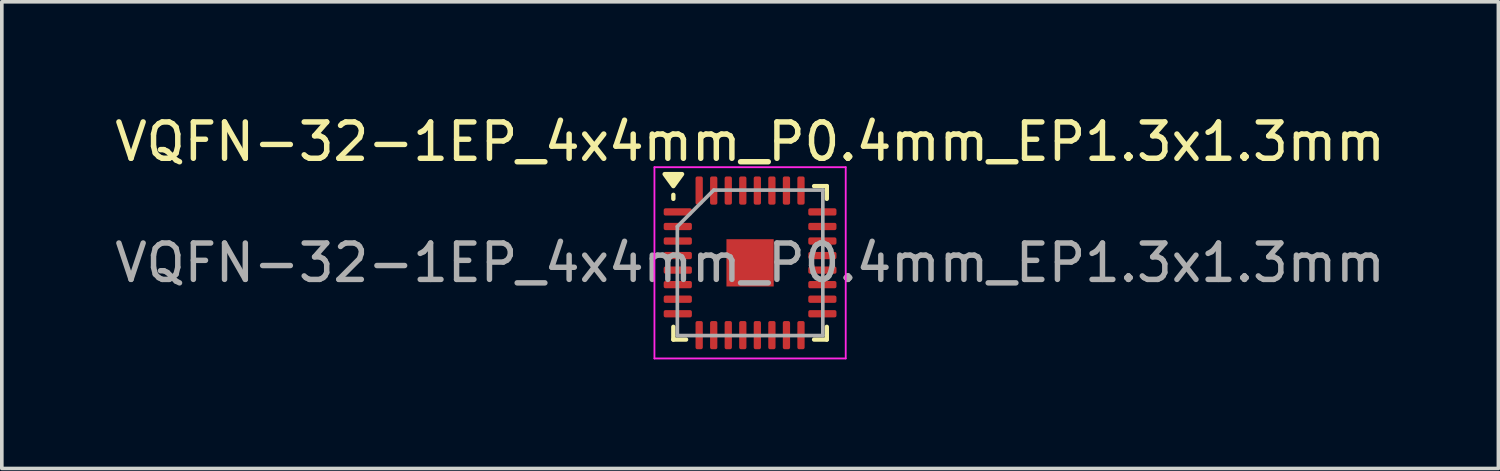
<source format=kicad_pcb>
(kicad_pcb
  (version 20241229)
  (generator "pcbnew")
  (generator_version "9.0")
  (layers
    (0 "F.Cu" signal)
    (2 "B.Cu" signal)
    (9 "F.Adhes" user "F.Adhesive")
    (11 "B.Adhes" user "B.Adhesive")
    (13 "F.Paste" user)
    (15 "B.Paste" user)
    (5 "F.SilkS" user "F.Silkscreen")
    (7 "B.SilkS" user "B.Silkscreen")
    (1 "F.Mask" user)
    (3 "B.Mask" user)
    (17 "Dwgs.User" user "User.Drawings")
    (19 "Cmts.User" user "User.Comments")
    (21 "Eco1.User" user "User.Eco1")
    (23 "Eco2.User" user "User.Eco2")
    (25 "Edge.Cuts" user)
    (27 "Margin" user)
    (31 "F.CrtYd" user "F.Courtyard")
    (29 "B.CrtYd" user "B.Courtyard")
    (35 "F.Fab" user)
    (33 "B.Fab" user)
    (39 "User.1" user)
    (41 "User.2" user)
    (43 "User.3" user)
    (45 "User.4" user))
  (footprint "VQFN-32-1EP_4x4mm_P0.4mm_EP1.3x1.3mm"
    (layer "F.Cu")
    (at 17.577 4.178)
    (property "Reference" "VQFN-32-1EP_4x4mm_P0.4mm_EP1.3x1.3mm" (at 0 -3.33 0) (layer "F.SilkS") (effects (font (size 1 1) (thickness 0.15))))
    (attr smd)
    (fp_line (start -2.11 -1.76) (end -2.11 -1.87) (stroke (width 0.12) (type solid)) (layer "F.SilkS"))
    (fp_line (start -2.11 2.11) (end -2.11 1.76) (stroke (width 0.12) (type solid)) (layer "F.SilkS"))
    (fp_line (start -1.76 2.11) (end -2.11 2.11) (stroke (width 0.12) (type solid)) (layer "F.SilkS"))
    (fp_line (start 1.76 -2.11) (end 2.11 -2.11) (stroke (width 0.12) (type solid)) (layer "F.SilkS"))
    (fp_line (start 1.76 2.11) (end 2.11 2.11) (stroke (width 0.12) (type solid)) (layer "F.SilkS"))
    (fp_line (start 2.11 -2.11) (end 2.11 -1.76) (stroke (width 0.12) (type solid)) (layer "F.SilkS"))
    (fp_line (start 2.11 2.11) (end 2.11 1.76) (stroke (width 0.12) (type solid)) (layer "F.SilkS"))
    (fp_poly (pts (xy -2.11 -2.11) (xy -2.35 -2.44) (xy -1.87 -2.44) (xy -2.11 -2.11)) (stroke (width 0.12) (type solid)) (fill yes) (layer "F.SilkS"))
    (fp_line (start -2.63 -2.63) (end -2.63 2.63) (stroke (width 0.05) (type solid)) (layer "F.CrtYd"))
    (fp_line (start -2.63 2.63) (end 2.63 2.63) (stroke (width 0.05) (type solid)) (layer "F.CrtYd"))
    (fp_line (start 2.63 -2.63) (end -2.63 -2.63) (stroke (width 0.05) (type solid)) (layer "F.CrtYd"))
    (fp_line (start 2.63 2.63) (end 2.63 -2.63) (stroke (width 0.05) (type solid)) (layer "F.CrtYd"))
    (fp_line (start -2 -1) (end -1 -2) (stroke (width 0.1) (type solid)) (layer "F.Fab"))
    (fp_line (start -2 2) (end -2 -1) (stroke (width 0.1) (type solid)) (layer "F.Fab"))
    (fp_line (start -1 -2) (end 2 -2) (stroke (width 0.1) (type solid)) (layer "F.Fab"))
    (fp_line (start 2 -2) (end 2 2) (stroke (width 0.1) (type solid)) (layer "F.Fab"))
    (fp_line (start 2 2) (end -2 2) (stroke (width 0.1) (type solid)) (layer "F.Fab"))
    (fp_text user "${REFERENCE}" (at 0 0 0) (layer "F.Fab") (effects (font (size 1 1) (thickness 0.15))))
    (pad "" smd roundrect (at 0 0) (size 1.13 1.13) (layers "F.Paste") (roundrect_rratio 0.221))
    (pad "1" smd roundrect (at -1.988 -1.4) (size 0.775 0.2) (layers "F.Cu" "F.Mask" "F.Paste") (roundrect_rratio 0.25))
    (pad "2" smd roundrect (at -1.988 -1) (size 0.775 0.2) (layers "F.Cu" "F.Mask" "F.Paste") (roundrect_rratio 0.25))
    (pad "3" smd roundrect (at -1.988 -0.6) (size 0.775 0.2) (layers "F.Cu" "F.Mask" "F.Paste") (roundrect_rratio 0.25))
    (pad "4" smd roundrect (at -1.988 -0.2) (size 0.775 0.2) (layers "F.Cu" "F.Mask" "F.Paste") (roundrect_rratio 0.25))
    (pad "5" smd roundrect (at -1.988 0.2) (size 0.775 0.2) (layers "F.Cu" "F.Mask" "F.Paste") (roundrect_rratio 0.25))
    (pad "6" smd roundrect (at -1.988 0.6) (size 0.775 0.2) (layers "F.Cu" "F.Mask" "F.Paste") (roundrect_rratio 0.25))
    (pad "7" smd roundrect (at -1.988 1) (size 0.775 0.2) (layers "F.Cu" "F.Mask" "F.Paste") (roundrect_rratio 0.25))
    (pad "8" smd roundrect (at -1.988 1.4) (size 0.775 0.2) (layers "F.Cu" "F.Mask" "F.Paste") (roundrect_rratio 0.25))
    (pad "9" smd roundrect (at -1.4 1.988) (size 0.2 0.775) (layers "F.Cu" "F.Mask" "F.Paste") (roundrect_rratio 0.25))
    (pad "10" smd roundrect (at -1 1.988) (size 0.2 0.775) (layers "F.Cu" "F.Mask" "F.Paste") (roundrect_rratio 0.25))
    (pad "11" smd roundrect (at -0.6 1.988) (size 0.2 0.775) (layers "F.Cu" "F.Mask" "F.Paste") (roundrect_rratio 0.25))
    (pad "12" smd roundrect (at -0.2 1.988) (size 0.2 0.775) (layers "F.Cu" "F.Mask" "F.Paste") (roundrect_rratio 0.25))
    (pad "13" smd roundrect (at 0.2 1.988) (size 0.2 0.775) (layers "F.Cu" "F.Mask" "F.Paste") (roundrect_rratio 0.25))
    (pad "14" smd roundrect (at 0.6 1.988) (size 0.2 0.775) (layers "F.Cu" "F.Mask" "F.Paste") (roundrect_rratio 0.25))
    (pad "15" smd roundrect (at 1 1.988) (size 0.2 0.775) (layers "F.Cu" "F.Mask" "F.Paste") (roundrect_rratio 0.25))
    (pad "16" smd roundrect (at 1.4 1.988) (size 0.2 0.775) (layers "F.Cu" "F.Mask" "F.Paste") (roundrect_rratio 0.25))
    (pad "17" smd roundrect (at 1.988 1.4) (size 0.775 0.2) (layers "F.Cu" "F.Mask" "F.Paste") (roundrect_rratio 0.25))
    (pad "18" smd roundrect (at 1.988 1) (size 0.775 0.2) (layers "F.Cu" "F.Mask" "F.Paste") (roundrect_rratio 0.25))
    (pad "19" smd roundrect (at 1.988 0.6) (size 0.775 0.2) (layers "F.Cu" "F.Mask" "F.Paste") (roundrect_rratio 0.25))
    (pad "20" smd roundrect (at 1.988 0.2) (size 0.775 0.2) (layers "F.Cu" "F.Mask" "F.Paste") (roundrect_rratio 0.25))
    (pad "21" smd roundrect (at 1.988 -0.2) (size 0.775 0.2) (layers "F.Cu" "F.Mask" "F.Paste") (roundrect_rratio 0.25))
    (pad "22" smd roundrect (at 1.988 -0.6) (size 0.775 0.2) (layers "F.Cu" "F.Mask" "F.Paste") (roundrect_rratio 0.25))
    (pad "23" smd roundrect (at 1.988 -1) (size 0.775 0.2) (layers "F.Cu" "F.Mask" "F.Paste") (roundrect_rratio 0.25))
    (pad "24" smd roundrect (at 1.988 -1.4) (size 0.775 0.2) (layers "F.Cu" "F.Mask" "F.Paste") (roundrect_rratio 0.25))
    (pad "25" smd roundrect (at 1.4 -1.988) (size 0.2 0.775) (layers "F.Cu" "F.Mask" "F.Paste") (roundrect_rratio 0.25))
    (pad "26" smd roundrect (at 1 -1.988) (size 0.2 0.775) (layers "F.Cu" "F.Mask" "F.Paste") (roundrect_rratio 0.25))
    (pad "27" smd roundrect (at 0.6 -1.988) (size 0.2 0.775) (layers "F.Cu" "F.Mask" "F.Paste") (roundrect_rratio 0.25))
    (pad "28" smd roundrect (at 0.2 -1.988) (size 0.2 0.775) (layers "F.Cu" "F.Mask" "F.Paste") (roundrect_rratio 0.25))
    (pad "29" smd roundrect (at -0.2 -1.988) (size 0.2 0.775) (layers "F.Cu" "F.Mask" "F.Paste") (roundrect_rratio 0.25))
    (pad "30" smd roundrect (at -0.6 -1.988) (size 0.2 0.775) (layers "F.Cu" "F.Mask" "F.Paste") (roundrect_rratio 0.25))
    (pad "31" smd roundrect (at -1 -1.988) (size 0.2 0.775) (layers "F.Cu" "F.Mask" "F.Paste") (roundrect_rratio 0.25))
    (pad "32" smd roundrect (at -1.4 -1.988) (size 0.2 0.775) (layers "F.Cu" "F.Mask" "F.Paste") (roundrect_rratio 0.25))
    (pad "33" smd rect (at 0 0) (size 1.3 1.3) (property pad_prop_heatsink) (layers "F.Cu" "F.Mask")))
  (gr_rect
    (start -3 -3)
    (end 38.155 9.833)
    (stroke (width 0.1) (type default))
    (fill no)
    (layer "Edge.Cuts")))
</source>
